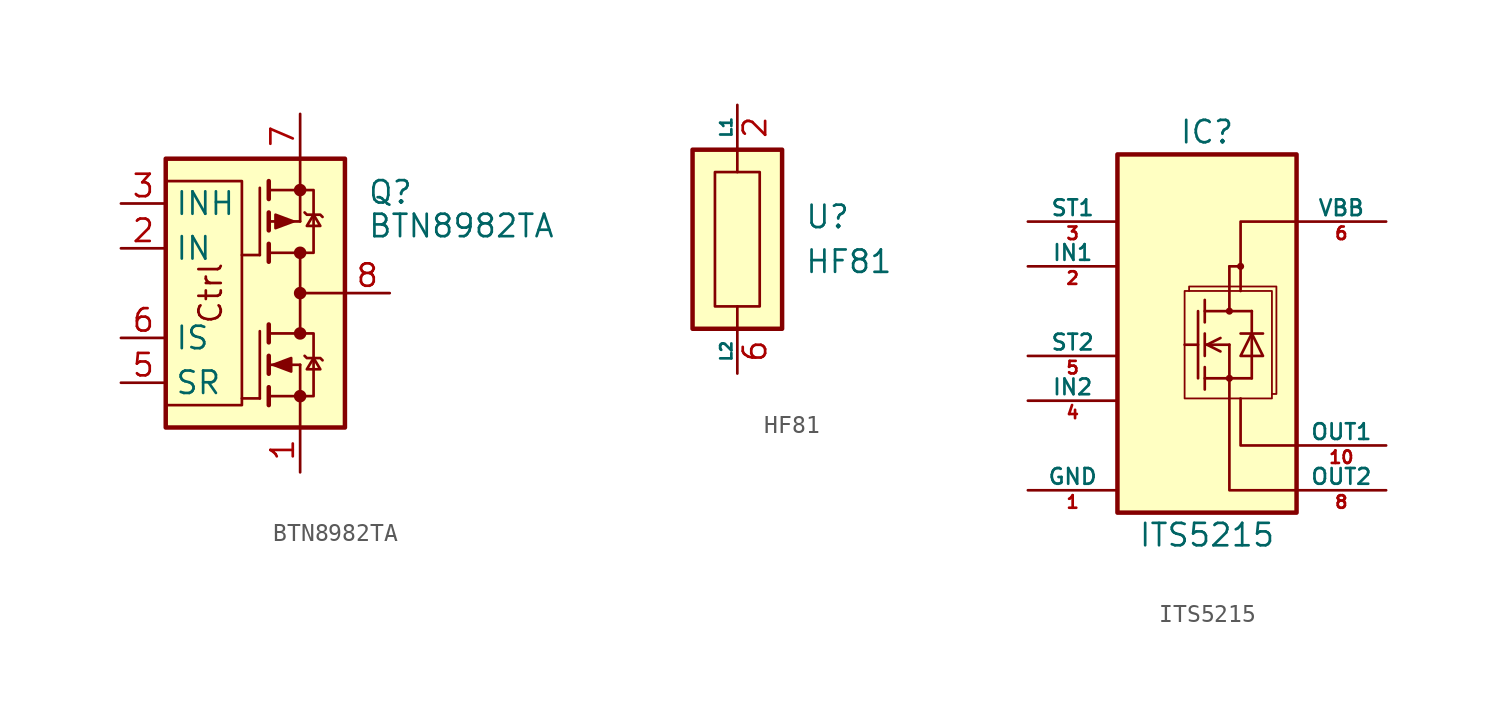
<source format=kicad_sym>
(kicad_symbol_lib
  (version 20201005)
  (generator kicad_symbol_editor)
  (symbol "Power_Management:BTN8982TA"
    (property "Reference" "Q"
      (at 6.35 5.715 0)
      (effects (font (size 1.27 1.27)) (justify left)))
    (property "Value" "BTN8982TA"
      (at 6.35 3.81 0)
      (effects (font (size 1.27 1.27)) (justify left)))
    (symbol "BTN8982TA_0_1"
      (rectangle (start -5.08 7.62) (end 5.08 -7.62) (stroke (width 0.254)) (fill (type background)))
      (polyline (pts (xy 0.254 -5.969) (xy -0.762 -5.969)) (stroke (width 0)) (fill (type none)))
      (polyline (pts (xy 0.254 2.159) (xy -0.762 2.159)) (stroke (width 0)) (fill (type none)))
      (polyline (pts (xy 2.54 0) (xy 5.08 0)) (stroke (width 0)) (fill (type none)))
      (polyline (pts (xy 2.54 2.286) (xy 2.54 -2.286)) (stroke (width 0)) (fill (type none)))
      (polyline (pts (xy 2.54 -5.842) (xy 2.54 -7.62) (xy 2.54 -6.858)) (stroke (width 0)) (fill (type none)))
      (polyline (pts (xy -5.08 6.35) (xy -0.762 6.35) (xy -0.762 -6.35) (xy -5.08 -6.35)) (stroke (width 0)) (fill (type none))))
    (symbol "BTN8982TA_1_0"
      (text "Ctrl" (at -2.54 0 900) (effects (font (size 1.27 1.27)))))
    (symbol "BTN8982TA_1_1"
      (circle (center 2.54 -5.842) (radius 0.279) (stroke (width 0)) (fill (type outline)))
      (circle (center 2.54 -2.286) (radius 0.279) (stroke (width 0)) (fill (type outline)))
      (circle (center 2.54 0) (radius 0.279) (stroke (width 0)) (fill (type outline)))
      (circle (center 2.54 2.286) (radius 0.279) (stroke (width 0)) (fill (type outline)))
      (circle (center 2.54 5.842) (radius 0.279) (stroke (width 0)) (fill (type outline)))
      (polyline (pts (xy 0.762 -5.842) (xy 2.54 -5.842)) (stroke (width 0)) (fill (type none)))
      (polyline (pts (xy 0.762 -5.334) (xy 0.762 -6.35)) (stroke (width 0.254)) (fill (type none)))
      (polyline (pts (xy 0.762 -4.064) (xy 2.54 -4.064)) (stroke (width 0)) (fill (type none)))
      (polyline (pts (xy 0.762 -3.556) (xy 0.762 -4.572)) (stroke (width 0.254)) (fill (type none)))
      (polyline (pts (xy 0.762 -2.286) (xy 2.54 -2.286)) (stroke (width 0)) (fill (type none)))
      (polyline (pts (xy 0.762 -1.778) (xy 0.762 -2.794)) (stroke (width 0.254)) (fill (type none)))
      (polyline (pts (xy 0.762 2.286) (xy 2.54 2.286)) (stroke (width 0)) (fill (type none)))
      (polyline (pts (xy 0.762 2.794) (xy 0.762 1.778)) (stroke (width 0.254)) (fill (type none)))
      (polyline (pts (xy 0.762 4.064) (xy 2.54 4.064)) (stroke (width 0)) (fill (type none)))
      (polyline (pts (xy 0.762 4.572) (xy 0.762 3.556)) (stroke (width 0.254)) (fill (type none)))
      (polyline (pts (xy 0.762 5.842) (xy 2.54 5.842)) (stroke (width 0)) (fill (type none)))
      (polyline (pts (xy 0.762 6.35) (xy 0.762 5.334)) (stroke (width 0.254)) (fill (type none)))
      (polyline (pts (xy 2.54 -5.842) (xy 2.54 -4.064)) (stroke (width 0)) (fill (type none)))
      (polyline (pts (xy 2.54 4.064) (xy 2.54 5.842)) (stroke (width 0)) (fill (type none)))
      (polyline (pts (xy 2.54 7.62) (xy 2.54 5.842)) (stroke (width 0)) (fill (type none)))
      (polyline (pts (xy 0.254 -2.159) (xy 0.254 -5.969) (xy 0.254 -5.969)) (stroke (width 0)) (fill (type none)))
      (polyline (pts (xy 0.254 5.969) (xy 0.254 2.159) (xy 0.254 2.159)) (stroke (width 0)) (fill (type none)))
      (polyline (pts (xy 1.016 -4.064) (xy 2.032 -3.683) (xy 2.032 -4.445) (xy 1.016 -4.064)) (stroke (width 0)) (fill (type outline)))
      (polyline (pts (xy 2.159 4.064) (xy 1.143 3.683) (xy 1.143 4.445) (xy 2.159 4.064)) (stroke (width 0)) (fill (type outline)))
      (polyline (pts (xy 2.54 -5.842) (xy 3.302 -5.842) (xy 3.302 -2.286) (xy 2.54 -2.286)) (stroke (width 0)) (fill (type none)))
      (polyline (pts (xy 2.54 2.286) (xy 3.302 2.286) (xy 3.302 5.842) (xy 2.54 5.842)) (stroke (width 0)) (fill (type none)))
      (polyline (pts (xy 2.794 -3.556) (xy 2.921 -3.683) (xy 3.683 -3.683) (xy 3.81 -3.81)) (stroke (width 0)) (fill (type none)))
      (polyline (pts (xy 2.794 4.572) (xy 2.921 4.445) (xy 3.683 4.445) (xy 3.81 4.318)) (stroke (width 0)) (fill (type none)))
      (polyline (pts (xy 3.302 -3.683) (xy 2.921 -4.318) (xy 3.683 -4.318) (xy 3.302 -3.683)) (stroke (width 0)) (fill (type none)))
      (polyline (pts (xy 3.302 4.445) (xy 2.921 3.81) (xy 3.683 3.81) (xy 3.302 4.445)) (stroke (width 0)) (fill (type none)))
      (pin power_in line (at 2.54 -10.16 90) (length 2.54) (name "~" (effects (font (size 1.27 1.27)))) (number "1" (effects (font (size 1.27 1.27)))))
      (pin input line (at -7.62 2.54 0) (length 2.54) (name "IN" (effects (font (size 1.27 1.27)))) (number "2" (effects (font (size 1.27 1.27)))))
      (pin input line (at -7.62 5.08 0) (length 2.54) (name "INH" (effects (font (size 1.27 1.27)))) (number "3" (effects (font (size 1.27 1.27)))))
      (pin passive line (at 7.62 0 180) (length 2.54) hide (name "~" (effects (font (size 1.27 1.27)))) (number "4" (effects (font (size 1.27 1.27)))))
      (pin input line (at -7.62 -5.08 0) (length 2.54) (name "SR" (effects (font (size 1.27 1.27)))) (number "5" (effects (font (size 1.27 1.27)))))
      (pin output line (at -7.62 -2.54 0) (length 2.54) (name "IS" (effects (font (size 1.27 1.27)))) (number "6" (effects (font (size 1.27 1.27)))))
      (pin power_in line (at 2.54 10.16 270) (length 2.54) (name "~" (effects (font (size 1.27 1.27)))) (number "7" (effects (font (size 1.27 1.27)))))
      (pin passive line (at 7.62 0 180) (length 2.54) (name "~" (effects (font (size 1.27 1.27)))) (number "8" (effects (font (size 1.27 1.27)))))))
  (symbol "Power_Management:HF81"
    (pin_names
      (offset 0))
    (property "Reference" "U"
      (at 3.81 1.27 0)
      (effects (font (size 1.27 1.27)) (justify left)))
    (property "Value" "HF81"
      (at 3.81 -1.27 0)
      (effects (font (size 1.27 1.27)) (justify left)))
    (symbol "HF81_0_1"
      (rectangle (start -2.54 5.08) (end 2.54 -5.08) (stroke (width 0.254)) (fill (type background)))
      (rectangle (start -1.27 3.81) (end 1.27 -3.81) (stroke (width 0)) (fill (type none)))
      (polyline (pts (xy 0 -3.81) (xy 0 -5.08)) (stroke (width 0)) (fill (type none)))
      (polyline (pts (xy 0 5.08) (xy 0 3.81)) (stroke (width 0)) (fill (type none))))
    (symbol "HF81_1_1"
      (pin no_connect line (at -2.54 5.08 0) (length 2.54) hide (name "NC" (effects (font (size 1.27 1.27)))) (number "1" (effects (font (size 1.27 1.27)))))
      (pin passive line (at 0 7.62 270) (length 2.54) (name "L1" (effects (font (size 0.635 0.635)))) (number "2" (effects (font (size 1.27 1.27)))))
      (pin passive line (at 0 7.62 270) (length 2.54) hide (name "L1" (effects (font (size 0.635 0.635)))) (number "3" (effects (font (size 1.27 1.27)))))
      (pin no_connect line (at -2.54 2.54 0) (length 2.54) hide (name "NC" (effects (font (size 1.27 1.27)))) (number "4" (effects (font (size 1.27 1.27)))))
      (pin no_connect line (at -2.54 -2.54 0) (length 2.54) hide (name "NC" (effects (font (size 1.27 1.27)))) (number "5" (effects (font (size 1.27 1.27)))))
      (pin passive line (at 0 -7.62 90) (length 2.54) (name "L2" (effects (font (size 0.635 0.635)))) (number "6" (effects (font (size 1.27 1.27)))))
      (pin passive line (at 0 -7.62 90) (length 2.54) hide (name "L2" (effects (font (size 0.635 0.635)))) (number "7" (effects (font (size 1.27 1.27)))))
      (pin no_connect line (at -2.54 -5.08 0) (length 2.54) hide (name "NC" (effects (font (size 1.27 1.27)))) (number "8" (effects (font (size 1.27 1.27)))))))
  (symbol "Power_Management:ITS5215"
    (pin_names
      (offset 0))
    (property "Reference" "IC"
      (at 0 12.7 0)
      (effects (font (size 1.27 1.27))))
    (property "Value" "ITS5215"
      (at 0 -10.16 0)
      (effects (font (size 1.27 1.27))))
    (symbol "ITS5215_0_1"
      (circle (center 1.27 -1.27) (radius 0.127) (stroke (width 0.152)) (fill (type none)))
      (circle (center 1.27 2.54) (radius 0.127) (stroke (width 0.152)) (fill (type none)))
      (circle (center 1.905 5.08) (radius 0.127) (stroke (width 0.152)) (fill (type none)))
      (rectangle (start -5.08 11.43) (end 5.08 -8.89) (stroke (width 0.254)) (fill (type background)))
      (rectangle (start -1.27 3.683) (end 3.683 -2.413) (stroke (width 0.102)) (fill (type none)))
      (polyline (pts (xy -1.27 0.635) (xy -0.508 0.635)) (stroke (width 0.152)) (fill (type none)))
      (polyline (pts (xy -0.508 2.54) (xy -0.508 -1.27)) (stroke (width 0.152)) (fill (type none)))
      (polyline (pts (xy -0.127 -1.27) (xy 2.54 -1.27)) (stroke (width 0.152)) (fill (type none)))
      (polyline (pts (xy -0.127 -0.635) (xy -0.127 -1.905)) (stroke (width 0.152)) (fill (type none)))
      (polyline (pts (xy -0.127 1.27) (xy -0.127 0)) (stroke (width 0.152)) (fill (type none)))
      (polyline (pts (xy -0.127 3.175) (xy -0.127 1.905)) (stroke (width 0.152)) (fill (type none)))
      (polyline (pts (xy 0 0.635) (xy 0.762 0.254)) (stroke (width 0.152)) (fill (type none)))
      (polyline (pts (xy 0 0.635) (xy 0.762 1.016)) (stroke (width 0.152)) (fill (type none)))
      (polyline (pts (xy 0 0.635) (xy 1.27 0.635)) (stroke (width 0.152)) (fill (type none)))
      (polyline (pts (xy 1.27 2.54) (xy 1.27 5.08)) (stroke (width 0)) (fill (type none)))
      (polyline (pts (xy 1.905 1.27) (xy 3.175 1.27)) (stroke (width 0.152)) (fill (type none)))
      (polyline (pts (xy 2.54 2.54) (xy -0.127 2.54)) (stroke (width 0.152)) (fill (type none)))
      (polyline (pts (xy 2.54 2.54) (xy 2.54 -1.27)) (stroke (width 0.152)) (fill (type none)))
      (polyline (pts (xy 2.54 2.54) (xy 2.54 2.54)) (stroke (width 0)) (fill (type none)))
      (polyline (pts (xy 1.27 0.635) (xy 1.27 0) (xy 1.27 -1.27)) (stroke (width 0.152)) (fill (type none)))
      (polyline (pts (xy 1.27 5.08) (xy 1.905 5.08) (xy 1.905 3.683)) (stroke (width 0.152)) (fill (type none)))
      (polyline (pts (xy 1.905 -2.413) (xy 1.905 -5.08) (xy 5.08 -5.08)) (stroke (width 0.152)) (fill (type none)))
      (polyline (pts (xy 5.08 -7.62) (xy 1.27 -7.62) (xy 1.27 -1.27)) (stroke (width 0.152)) (fill (type none)))
      (polyline (pts (xy 5.08 7.62) (xy 1.905 7.62) (xy 1.905 5.08)) (stroke (width 0.152)) (fill (type none)))
      (polyline (pts (xy 2.54 1.27) (xy 1.905 0) (xy 3.175 0) (xy 2.54 1.27)) (stroke (width 0.152)) (fill (type none)))
      (polyline (pts (xy -1.016 3.683) (xy -1.016 3.937) (xy 3.937 3.937) (xy 3.937 -2.159) (xy 3.683 -2.159)) (stroke (width 0.102)) (fill (type none))))
    (symbol "ITS5215_1_1"
      (pin power_in line (at -10.16 -7.62 0) (length 5.08) (name "GND" (effects (font (size 0.889 0.889)))) (number "1" (effects (font (size 0.711 0.711)))))
      (pin open_emitter line (at 10.16 -5.08 180) (length 5.08) (name "OUT1" (effects (font (size 0.889 0.889)))) (number "10" (effects (font (size 0.711 0.711)))))
      (pin no_connect line (at 5.08 -2.54 180) (length 5.08) hide (name "NC" (effects (font (size 0.889 0.889)))) (number "11" (effects (font (size 0.711 0.711)))))
      (pin passive line (at 10.16 7.62 180) (length 5.08) hide (name "VBB" (effects (font (size 0.889 0.889)))) (number "12" (effects (font (size 0.711 0.711)))))
      (pin passive line (at 10.16 7.62 180) (length 5.08) hide (name "VBB" (effects (font (size 0.889 0.889)))) (number "13" (effects (font (size 0.711 0.711)))))
      (pin input line (at -10.16 5.08 0) (length 5.08) (name "IN1" (effects (font (size 0.889 0.889)))) (number "2" (effects (font (size 0.711 0.711)))))
      (pin open_collector line (at -10.16 7.62 0) (length 5.08) (name "ST1" (effects (font (size 0.889 0.889)))) (number "3" (effects (font (size 0.711 0.711)))))
      (pin input line (at -10.16 -2.54 0) (length 5.08) (name "IN2" (effects (font (size 0.889 0.889)))) (number "4" (effects (font (size 0.711 0.711)))))
      (pin open_collector line (at -10.16 0 0) (length 5.08) (name "ST2" (effects (font (size 0.889 0.889)))) (number "5" (effects (font (size 0.711 0.711)))))
      (pin power_in line (at 10.16 7.62 180) (length 5.08) (name "VBB" (effects (font (size 0.889 0.889)))) (number "6" (effects (font (size 0.711 0.711)))))
      (pin no_connect line (at 5.08 2.54 180) (length 5.08) hide (name "NC" (effects (font (size 0.889 0.889)))) (number "7" (effects (font (size 0.711 0.711)))))
      (pin open_emitter line (at 10.16 -7.62 180) (length 5.08) (name "OUT2" (effects (font (size 0.889 0.889)))) (number "8" (effects (font (size 0.711 0.711)))))
      (pin no_connect line (at 5.08 0 180) (length 5.08) hide (name "NC" (effects (font (size 0.889 0.889)))) (number "9" (effects (font (size 0.711 0.711))))))))
</source>
